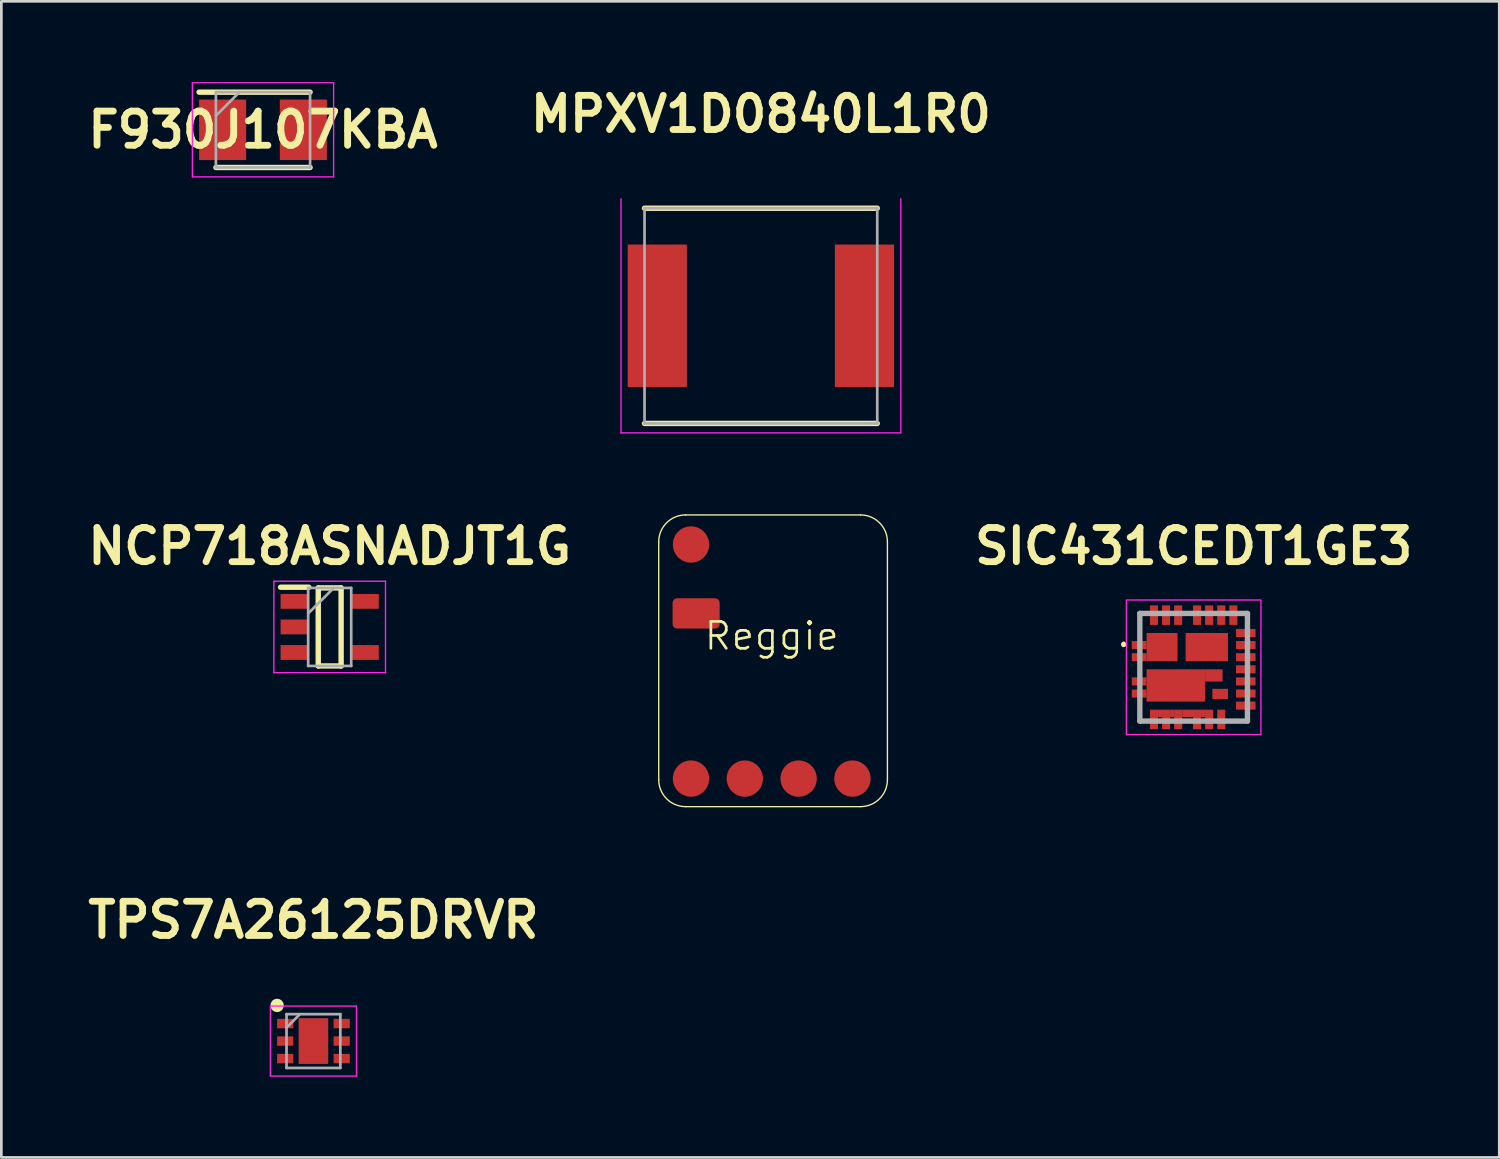
<source format=kicad_pcb>
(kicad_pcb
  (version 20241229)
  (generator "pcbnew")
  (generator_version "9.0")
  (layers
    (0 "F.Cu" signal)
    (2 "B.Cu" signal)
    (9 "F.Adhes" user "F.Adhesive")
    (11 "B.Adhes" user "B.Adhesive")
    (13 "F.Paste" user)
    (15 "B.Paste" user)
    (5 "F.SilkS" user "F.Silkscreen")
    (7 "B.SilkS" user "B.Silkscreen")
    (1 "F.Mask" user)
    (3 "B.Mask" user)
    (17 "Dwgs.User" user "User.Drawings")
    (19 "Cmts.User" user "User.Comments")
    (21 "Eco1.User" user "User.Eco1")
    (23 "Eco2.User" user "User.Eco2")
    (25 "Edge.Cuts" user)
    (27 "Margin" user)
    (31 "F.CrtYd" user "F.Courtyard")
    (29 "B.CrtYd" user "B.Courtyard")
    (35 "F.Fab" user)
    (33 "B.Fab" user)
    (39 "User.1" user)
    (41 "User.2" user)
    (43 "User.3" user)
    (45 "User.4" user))
  (footprint "SIC431CEDT1GE3"
    (layer "F.Cu")
    (at 41.317 21.752)
    (property "Reference" "SIC431CEDT1GE3" (at 0 -4.5 0) (layer "F.SilkS") (effects (font (size 1.27 1.27) (thickness 0.254))))
    (attr smd)
    (fp_line (start -2.601 -0.9) (end -2.601 -0.9) (stroke (width 0.1) (type solid)) (layer "F.SilkS"))
    (fp_line (start -2.601 -0.8) (end -2.601 -0.8) (stroke (width 0.1) (type solid)) (layer "F.SilkS"))
    (fp_line (start -2.025 2) (end -1.801 2) (stroke (width 0.1) (type solid)) (layer "F.SilkS"))
    (fp_line (start -2.001 -2.001) (end -2.001 -1.2) (stroke (width 0.1) (type solid)) (layer "F.SilkS"))
    (fp_line (start -2.001 1.3) (end -2.001 2) (stroke (width 0.1) (type solid)) (layer "F.SilkS"))
    (fp_line (start -1.801 -2.001) (end -2.001 -2.001) (stroke (width 0.1) (type solid)) (layer "F.SilkS"))
    (fp_line (start 1.399 2) (end 1.999 2) (stroke (width 0.1) (type solid)) (layer "F.SilkS"))
    (fp_line (start 1.799 -2) (end 1.999 -2) (stroke (width 0.1) (type solid)) (layer "F.SilkS"))
    (fp_line (start 1.999 -2) (end 1.999 -1.6) (stroke (width 0.1) (type solid)) (layer "F.SilkS"))
    (fp_line (start 1.999 2) (end 1.999 1.8) (stroke (width 0.1) (type solid)) (layer "F.SilkS"))
    (fp_arc (start -2.601 -0.9) (mid -2.551 -0.85) (end -2.601 -0.8) (stroke (width 0.1) (type solid)) (layer "F.SilkS"))
    (fp_arc (start -2.601 -0.8) (mid -2.651 -0.85) (end -2.601 -0.9) (stroke (width 0.1) (type solid)) (layer "F.SilkS"))
    (fp_rect (start -2.5 -2.5) (end 2.5 2.5) (stroke (width 0.05) (type default)) (fill no) (layer "F.CrtYd"))
    (fp_line (start -2.001 -2.001) (end 1.999 -2.001) (stroke (width 0.2) (type solid)) (layer "F.Fab"))
    (fp_line (start -2.001 2) (end -2.001 -2.001) (stroke (width 0.2) (type solid)) (layer "F.Fab"))
    (fp_line (start 1.999 -2.001) (end 1.999 2) (stroke (width 0.2) (type solid)) (layer "F.Fab"))
    (fp_line (start 1.999 2) (end -2.001 2) (stroke (width 0.2) (type solid)) (layer "F.Fab"))
    (pad "1" smd rect (at -2.025 -0.825 90) (size 0.3 0.55) (layers "F.Cu" "F.Mask" "F.Paste"))
    (pad "2" smd rect (at -2.025 -0.375 90) (size 0.3 0.55) (layers "F.Cu" "F.Mask" "F.Paste"))
    (pad "3" smd rect (at -2.025 0.526 90) (size 0.3 0.55) (layers "F.Cu" "F.Mask" "F.Paste"))
    (pad "4" smd rect (at -2.025 0.976 90) (size 0.3 0.55) (layers "F.Cu" "F.Mask" "F.Paste"))
    (pad "5" smd rect (at -1.475 1.938) (size 0.3 0.725) (layers "F.Cu" "F.Mask" "F.Paste"))
    (pad "6" smd rect (at -1.025 1.938) (size 0.3 0.725) (layers "F.Cu" "F.Mask" "F.Paste"))
    (pad "7" smd rect (at -0.575 1.938) (size 0.3 0.725) (layers "F.Cu" "F.Mask" "F.Paste"))
    (pad "8" smd rect (at 0.124 1.938) (size 0.3 0.725) (layers "F.Cu" "F.Mask" "F.Paste"))
    (pad "9" smd rect (at 0.574 1.938) (size 0.3 0.725) (layers "F.Cu" "F.Mask" "F.Paste"))
    (pad "10" smd rect (at 1.025 1.938) (size 0.3 0.725) (layers "F.Cu" "F.Mask" "F.Paste"))
    (pad "11" smd rect (at 1.937 1.425 90) (size 0.3 0.725) (layers "F.Cu" "F.Mask" "F.Paste"))
    (pad "12" smd rect (at 1.937 0.975 90) (size 0.3 0.725) (layers "F.Cu" "F.Mask" "F.Paste"))
    (pad "13" smd rect (at 1.937 0.525 90) (size 0.3 0.725) (layers "F.Cu" "F.Mask" "F.Paste"))
    (pad "14" smd rect (at 1.937 0.075 90) (size 0.3 0.725) (layers "F.Cu" "F.Mask" "F.Paste"))
    (pad "15" smd rect (at 1.937 -0.375 90) (size 0.3 0.725) (layers "F.Cu" "F.Mask" "F.Paste"))
    (pad "16" smd rect (at 1.937 -0.825 90) (size 0.3 0.725) (layers "F.Cu" "F.Mask" "F.Paste"))
    (pad "17" smd rect (at 1.937 -1.275 90) (size 0.3 0.725) (layers "F.Cu" "F.Mask" "F.Paste"))
    (pad "18" smd rect (at 1.474 -1.938) (size 0.3 0.725) (layers "F.Cu" "F.Mask" "F.Paste"))
    (pad "19" smd rect (at 1.025 -1.938) (size 0.3 0.725) (layers "F.Cu" "F.Mask" "F.Paste"))
    (pad "20" smd rect (at 0.574 -1.938) (size 0.3 0.725) (layers "F.Cu" "F.Mask" "F.Paste"))
    (pad "21" smd rect (at 0.124 -1.938) (size 0.3 0.725) (layers "F.Cu" "F.Mask" "F.Paste"))
    (pad "22" smd rect (at -0.576 -1.938) (size 0.3 0.725) (layers "F.Cu" "F.Mask" "F.Paste"))
    (pad "23" smd rect (at -1.026 -1.938) (size 0.3 0.725) (layers "F.Cu" "F.Mask" "F.Paste"))
    (pad "24" smd rect (at -1.476 -1.938) (size 0.3 0.725) (layers "F.Cu" "F.Mask" "F.Paste"))
    (pad "25" smd rect (at 0.487 -0.75 90) (size 1.05 1.575) (layers "F.Cu" "F.Mask" "F.Paste"))
    (pad "26" smd rect (at -1.175 -0.75 90) (size 1.05 1.15) (layers "F.Cu" "F.Mask" "F.Paste"))
    (pad "27" smd rect (at -0.663 0.675 90) (size 1.2 2.175) (layers "F.Cu" "F.Mask" "F.Paste"))
    (pad "28" smd rect (at 0.75 0.303 90) (size 0.455 0.65) (layers "F.Cu" "F.Mask" "F.Paste"))
    (pad "29" smd rect (at 0.985 0.99 90) (size 0.38 0.58) (layers "F.Cu" "F.Mask" "F.Paste"))
    (pad "30" smd rect (at -1.25 1.713) (size 0.15 0.275) (layers "F.Cu" "F.Mask" "F.Paste"))
    (pad "31" smd rect (at -0.8 1.713) (size 0.15 0.275) (layers "F.Cu" "F.Mask" "F.Paste"))
    (pad "32" smd rect (at -0.225 1.713 90) (size 0.275 0.4) (layers "F.Cu" "F.Mask" "F.Paste"))
    (pad "33" smd rect (at 0.349 1.713) (size 0.15 0.275) (layers "F.Cu" "F.Mask" "F.Paste")))
  (footprint "Reggie"
    (layer "F.Cu")
    (at 25.634 21.089)
    (property "Reference" "Reggie" (at 0 -0.5 0) (unlocked yes) (layer "F.SilkS") (effects (font (size 1 1) (thickness 0.1))))
    (attr smd)
    (fp_line (start -4.2 -4) (end -4.2 4.843) (stroke (width 0.05) (type solid)) (layer "F.SilkS"))
    (fp_line (start -3.2 5.843) (end 3.3 5.843) (stroke (width 0.05) (type solid)) (layer "F.SilkS"))
    (fp_line (start 3.3 -5) (end -3.2 -5) (stroke (width 0.05) (type solid)) (layer "F.SilkS"))
    (fp_line (start 4.3 4.843) (end 4.3 -4) (stroke (width 0.05) (type solid)) (layer "F.SilkS"))
    (fp_arc (start -4.2 -4) (mid -3.907107 -4.707107) (end -3.2 -5) (stroke (width 0.05) (type solid)) (layer "F.SilkS"))
    (fp_arc (start -3.2 5.842893) (mid -3.907107 5.55) (end -4.2 4.842893) (stroke (width 0.05) (type solid)) (layer "F.SilkS"))
    (fp_arc (start 3.3 -5) (mid 4.007107 -4.707107) (end 4.3 -4) (stroke (width 0.05) (type solid)) (layer "F.SilkS"))
    (fp_arc (start 4.3 4.842893) (mid 4.007107 5.55) (end 3.3 5.842893) (stroke (width 0.05) (type solid)) (layer "F.SilkS"))
    (pad "1" smd circle (at -3 4.8) (size 1.35 1.35) (layers "F.Cu" "F.Mask" "F.Paste"))
    (pad "2" smd circle (at 3 4.8) (size 1.35 1.35) (layers "F.Cu" "F.Mask" "F.Paste"))
    (pad "3" smd circle (at -1 4.8) (size 1.35 1.35) (layers "F.Cu" "F.Mask" "F.Paste"))
    (pad "3" smd circle (at 1 4.8) (size 1.35 1.35) (layers "F.Cu" "F.Mask" "F.Paste"))
    (pad "4" smd roundrect (at -2.81 -1.34 90) (size 1.125 1.75) (layers "F.Cu" "F.Mask" "F.Paste") (roundrect_rratio 0.15))
    (pad "5" smd circle (at -3 -3.9) (size 1.35 1.35) (layers "F.Cu" "F.Mask" "F.Paste")))
  (footprint "NCP718ASNADJT1G"
    (layer "F.Cu")
    (at 9.204 20.252)
    (property "Reference" "NCP718ASNADJT1G" (at 0 -3 0) (layer "F.SilkS") (effects (font (size 1.27 1.27) (thickness 0.254))))
    (attr smd)
    (fp_line (start -1.825 -1.475) (end -0.775 -1.475) (stroke (width 0.2) (type solid)) (layer "F.SilkS"))
    (fp_line (start -0.425 -1.45) (end 0.425 -1.45) (stroke (width 0.2) (type solid)) (layer "F.SilkS"))
    (fp_line (start -0.425 1.45) (end -0.425 -1.45) (stroke (width 0.2) (type solid)) (layer "F.SilkS"))
    (fp_line (start 0.425 -1.45) (end 0.425 1.45) (stroke (width 0.2) (type solid)) (layer "F.SilkS"))
    (fp_line (start 0.425 1.45) (end -0.425 1.45) (stroke (width 0.2) (type solid)) (layer "F.SilkS"))
    (fp_line (start -2.075 -1.7) (end 2.075 -1.7) (stroke (width 0.05) (type solid)) (layer "F.CrtYd"))
    (fp_line (start -2.075 1.7) (end -2.075 -1.7) (stroke (width 0.05) (type solid)) (layer "F.CrtYd"))
    (fp_line (start 2.075 -1.7) (end 2.075 1.7) (stroke (width 0.05) (type solid)) (layer "F.CrtYd"))
    (fp_line (start 2.075 1.7) (end -2.075 1.7) (stroke (width 0.05) (type solid)) (layer "F.CrtYd"))
    (fp_line (start -0.8 -1.45) (end 0.8 -1.45) (stroke (width 0.1) (type solid)) (layer "F.Fab"))
    (fp_line (start -0.8 -0.5) (end 0.15 -1.45) (stroke (width 0.1) (type solid)) (layer "F.Fab"))
    (fp_line (start -0.8 1.45) (end -0.8 -1.45) (stroke (width 0.1) (type solid)) (layer "F.Fab"))
    (fp_line (start 0.8 -1.45) (end 0.8 1.45) (stroke (width 0.1) (type solid)) (layer "F.Fab"))
    (fp_line (start 0.8 1.45) (end -0.8 1.45) (stroke (width 0.1) (type solid)) (layer "F.Fab"))
    (pad "1" smd rect (at -1.3 -0.95 90) (size 0.55 1.05) (layers "F.Cu" "F.Mask" "F.Paste"))
    (pad "2" smd rect (at -1.3 0 90) (size 0.55 1.05) (layers "F.Cu" "F.Mask" "F.Paste"))
    (pad "3" smd rect (at -1.3 0.95 90) (size 0.55 1.05) (layers "F.Cu" "F.Mask" "F.Paste"))
    (pad "4" smd rect (at 1.3 0.95 90) (size 0.55 1.05) (layers "F.Cu" "F.Mask" "F.Paste"))
    (pad "5" smd rect (at 1.3 -0.95 90) (size 0.55 1.05) (layers "F.Cu" "F.Mask" "F.Paste")))
  (footprint "MPXV1D0840L1R0"
    (layer "F.Cu")
    (at 25.231 8.689)
    (property "Reference" "MPXV1D0840L1R0" (at 0 -7.5 0) (layer "F.SilkS") (effects (font (size 1.27 1.27) (thickness 0.254))))
    (attr smd)
    (fp_line (start -4.325 4) (end 4.325 4) (stroke (width 0.2) (type solid)) (layer "F.SilkS"))
    (fp_line (start 4.325 -4) (end -4.325 -4) (stroke (width 0.2) (type solid)) (layer "F.SilkS"))
    (fp_line (start -5.2 4.35) (end -5.2 -4.35) (stroke (width 0.05) (type solid)) (layer "F.CrtYd"))
    (fp_line (start 5.2 -4.35) (end 5.2 4.35) (stroke (width 0.05) (type solid)) (layer "F.CrtYd"))
    (fp_line (start 5.2 4.35) (end -5.2 4.35) (stroke (width 0.05) (type solid)) (layer "F.CrtYd"))
    (fp_line (start -4.325 -4) (end 4.325 -4) (stroke (width 0.1) (type solid)) (layer "F.Fab"))
    (fp_line (start -4.325 4) (end -4.325 -4) (stroke (width 0.1) (type solid)) (layer "F.Fab"))
    (fp_line (start 4.325 -4) (end 4.325 4) (stroke (width 0.1) (type solid)) (layer "F.Fab"))
    (fp_line (start 4.325 4) (end -4.325 4) (stroke (width 0.1) (type solid)) (layer "F.Fab"))
    (pad "1" smd rect (at -3.85 0) (size 2.2 5.3) (layers "F.Cu" "F.Mask" "F.Paste"))
    (pad "2" smd rect (at 3.85 0) (size 2.2 5.3) (layers "F.Cu" "F.Mask" "F.Paste")))
  (footprint "TPS7A26125DRVR"
    (layer "F.Cu")
    (at 8.6 35.645)
    (property "Reference" "TPS7A26125DRVR" (at 0 -4.5 0) (layer "F.SilkS") (effects (font (size 1.27 1.27) (thickness 0.254))))
    (attr smd)
    (fp_circle (center -1.35 -1.325) (end -1.35 -1.2) (stroke (width 0.25) (type solid)) (fill no) (layer "F.SilkS"))
    (fp_line (start -1.6 -1.3) (end 1.6 -1.3) (stroke (width 0.05) (type solid)) (layer "F.CrtYd"))
    (fp_line (start -1.6 1.3) (end -1.6 -1.3) (stroke (width 0.05) (type solid)) (layer "F.CrtYd"))
    (fp_line (start 1.6 -1.3) (end 1.6 1.3) (stroke (width 0.05) (type solid)) (layer "F.CrtYd"))
    (fp_line (start 1.6 1.3) (end -1.6 1.3) (stroke (width 0.05) (type solid)) (layer "F.CrtYd"))
    (fp_line (start -1 -1) (end 1 -1) (stroke (width 0.1) (type solid)) (layer "F.Fab"))
    (fp_line (start -1 -0.5) (end -0.5 -1) (stroke (width 0.1) (type solid)) (layer "F.Fab"))
    (fp_line (start -1 1) (end -1 -1) (stroke (width 0.1) (type solid)) (layer "F.Fab"))
    (fp_line (start 1 -1) (end 1 1) (stroke (width 0.1) (type solid)) (layer "F.Fab"))
    (fp_line (start 1 1) (end -1 1) (stroke (width 0.1) (type solid)) (layer "F.Fab"))
    (pad "1" smd rect (at -1.05 -0.65 90) (size 0.35 0.6) (layers "F.Cu" "F.Mask" "F.Paste"))
    (pad "2" smd rect (at -1.05 0 90) (size 0.35 0.6) (layers "F.Cu" "F.Mask" "F.Paste"))
    (pad "3" smd rect (at -1.05 0.65 90) (size 0.35 0.6) (layers "F.Cu" "F.Mask" "F.Paste"))
    (pad "4" smd rect (at 1.05 0.65 90) (size 0.35 0.6) (layers "F.Cu" "F.Mask" "F.Paste"))
    (pad "5" smd rect (at 1.05 0 90) (size 0.35 0.6) (layers "F.Cu" "F.Mask" "F.Paste"))
    (pad "6" smd rect (at 1.05 -0.65 90) (size 0.35 0.6) (layers "F.Cu" "F.Mask" "F.Paste"))
    (pad "7" smd rect (at 0 0) (size 1.1 1.7) (layers "F.Cu" "F.Mask" "F.Paste")))
  (footprint "F930J107KBA"
    (layer "F.Cu")
    (at 6.725 1.775)
    (property "Reference" "F930J107KBA" (at 0 0 0) (layer "F.SilkS") (effects (font (size 1.27 1.27) (thickness 0.254))))
    (attr smd)
    (fp_line (start -1.75 1.4) (end 1.75 1.4) (stroke (width 0.2) (type solid)) (layer "F.SilkS"))
    (fp_line (start 1.75 -1.4) (end -2.375 -1.4) (stroke (width 0.2) (type solid)) (layer "F.SilkS"))
    (fp_line (start -2.625 -1.75) (end 2.625 -1.75) (stroke (width 0.05) (type solid)) (layer "F.CrtYd"))
    (fp_line (start -2.625 1.75) (end -2.625 -1.75) (stroke (width 0.05) (type solid)) (layer "F.CrtYd"))
    (fp_line (start 2.625 -1.75) (end 2.625 1.75) (stroke (width 0.05) (type solid)) (layer "F.CrtYd"))
    (fp_line (start 2.625 1.75) (end -2.625 1.75) (stroke (width 0.05) (type solid)) (layer "F.CrtYd"))
    (fp_line (start -1.75 -1.4) (end 1.75 -1.4) (stroke (width 0.1) (type solid)) (layer "F.Fab"))
    (fp_line (start -1.75 -0.525) (end -0.875 -1.4) (stroke (width 0.1) (type solid)) (layer "F.Fab"))
    (fp_line (start -1.75 1.4) (end -1.75 -1.4) (stroke (width 0.1) (type solid)) (layer "F.Fab"))
    (fp_line (start 1.75 -1.4) (end 1.75 1.4) (stroke (width 0.1) (type solid)) (layer "F.Fab"))
    (fp_line (start 1.75 1.4) (end -1.75 1.4) (stroke (width 0.1) (type solid)) (layer "F.Fab"))
    (pad "1" smd rect (at -1.5 0) (size 1.75 2.25) (layers "F.Cu" "F.Mask" "F.Paste"))
    (pad "2" smd rect (at 1.5 0) (size 1.75 2.25) (layers "F.Cu" "F.Mask" "F.Paste")))
  (gr_rect
    (start -3 -3)
    (end 52.675 39.97)
    (stroke (width 0.1) (type default))
    (fill no)
    (layer "Edge.Cuts")))
</source>
